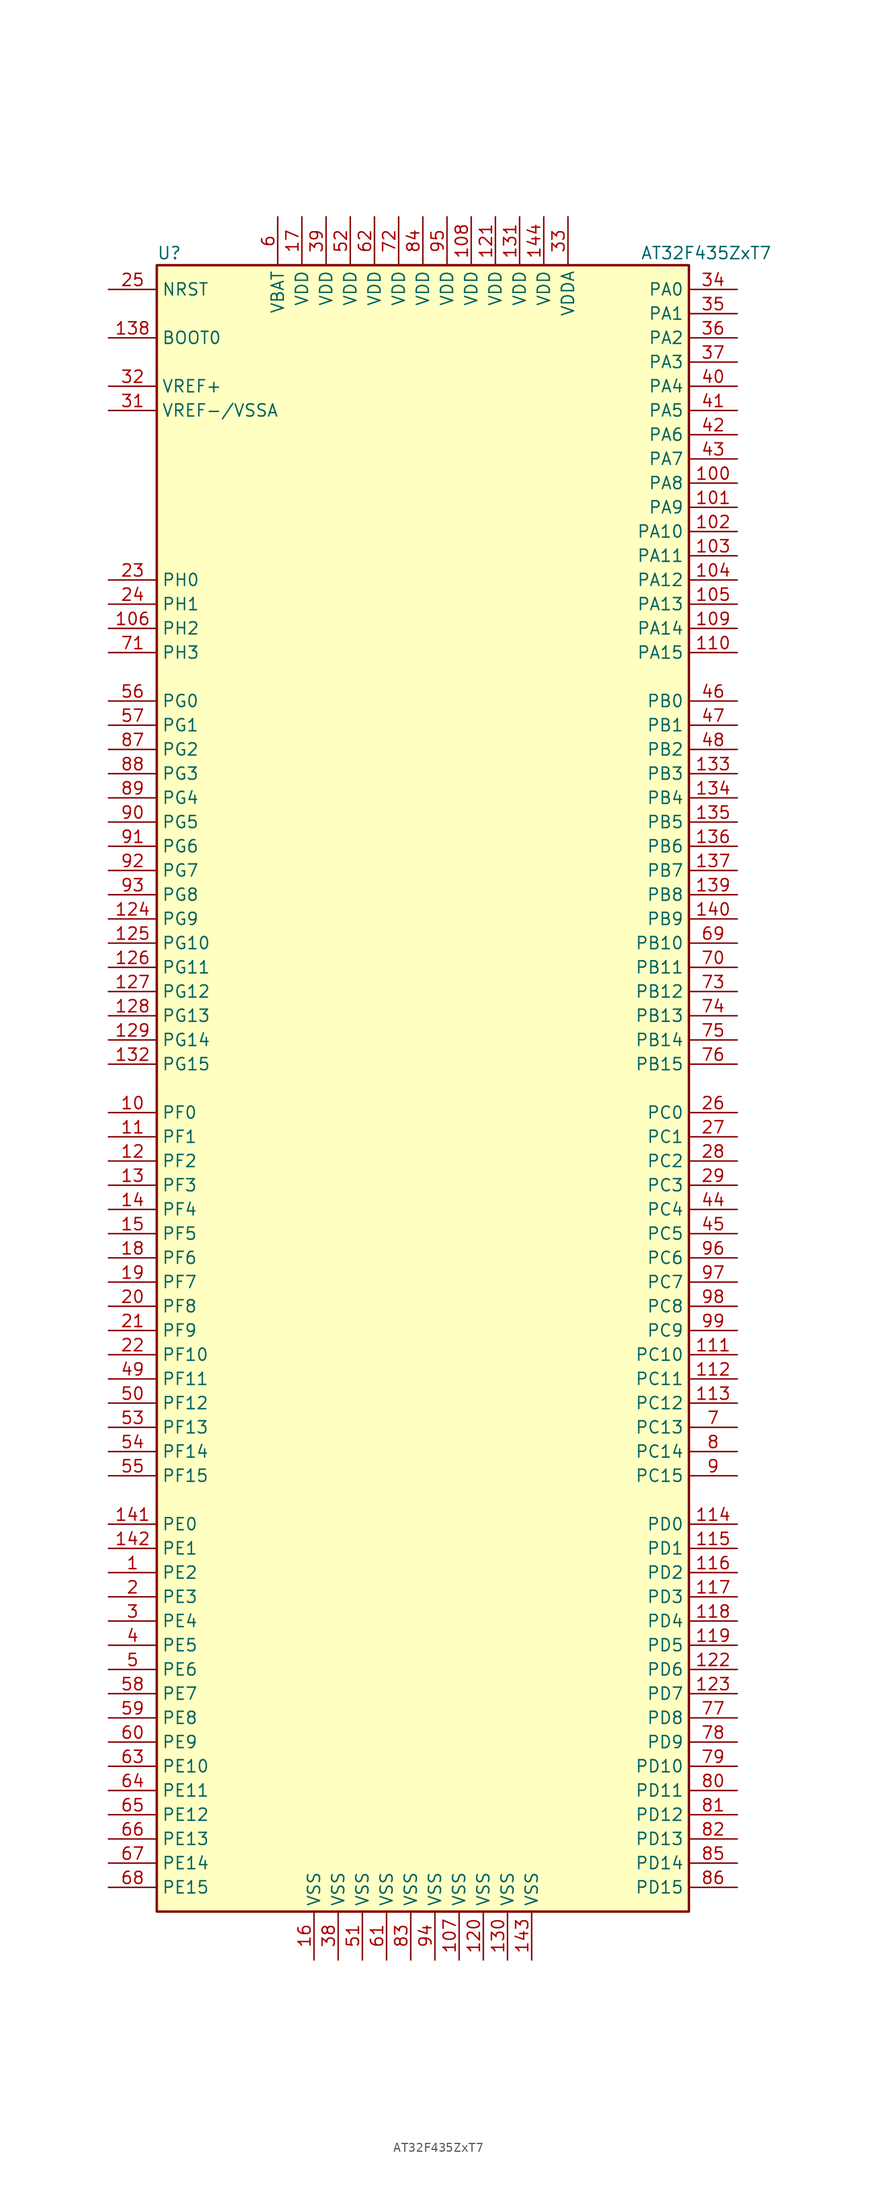
<source format=kicad_sym>
(kicad_symbol_lib
  (version 20220331)
  (generator kicad_symbol_editor)
  (symbol "AT32F435ZxT7"
    (property "Reference" "U"
      (at -27.94 87.63 0)
      (effects (font (size 1.27 1.27)) (justify left)))
    (property "Value" "AT32F435ZxT7"
      (at 22.86 87.63 0)
      (effects (font (size 1.27 1.27)) (justify left)))
    (symbol "AT32F435ZxT7_0_1"
      (rectangle (start -27.94 86.36) (end 27.94 -86.36) (stroke (width 0.254) (type default)) (fill (type background))))
    (symbol "AT32F435ZxT7_1_1"
      (pin bidirectional line (at -33.02 -50.8 0) (length 5.08) (name "PE2" (effects (font (size 1.27 1.27)))) (number "1" (effects (font (size 1.27 1.27)))))
      (pin bidirectional line (at -33.02 -2.54 0) (length 5.08) (name "PF0" (effects (font (size 1.27 1.27)))) (number "10" (effects (font (size 1.27 1.27)))))
      (pin bidirectional line (at 33.02 63.5 180) (length 5.08) (name "PA8" (effects (font (size 1.27 1.27)))) (number "100" (effects (font (size 1.27 1.27)))))
      (pin bidirectional line (at 33.02 60.96 180) (length 5.08) (name "PA9" (effects (font (size 1.27 1.27)))) (number "101" (effects (font (size 1.27 1.27)))))
      (pin bidirectional line (at 33.02 58.42 180) (length 5.08) (name "PA10" (effects (font (size 1.27 1.27)))) (number "102" (effects (font (size 1.27 1.27)))))
      (pin bidirectional line (at 33.02 55.88 180) (length 5.08) (name "PA11" (effects (font (size 1.27 1.27)))) (number "103" (effects (font (size 1.27 1.27)))))
      (pin bidirectional line (at 33.02 53.34 180) (length 5.08) (name "PA12" (effects (font (size 1.27 1.27)))) (number "104" (effects (font (size 1.27 1.27)))))
      (pin bidirectional line (at 33.02 50.8 180) (length 5.08) (name "PA13" (effects (font (size 1.27 1.27)))) (number "105" (effects (font (size 1.27 1.27)))))
      (pin bidirectional line (at -33.02 48.26 0) (length 5.08) (name "PH2" (effects (font (size 1.27 1.27)))) (number "106" (effects (font (size 1.27 1.27)))))
      (pin power_in line (at 3.81 -91.44 90) (length 5.08) (name "VSS" (effects (font (size 1.27 1.27)))) (number "107" (effects (font (size 1.27 1.27)))))
      (pin power_in line (at 5.08 91.44 270) (length 5.08) (name "VDD" (effects (font (size 1.27 1.27)))) (number "108" (effects (font (size 1.27 1.27)))))
      (pin bidirectional line (at 33.02 48.26 180) (length 5.08) (name "PA14" (effects (font (size 1.27 1.27)))) (number "109" (effects (font (size 1.27 1.27)))))
      (pin bidirectional line (at -33.02 -5.08 0) (length 5.08) (name "PF1" (effects (font (size 1.27 1.27)))) (number "11" (effects (font (size 1.27 1.27)))))
      (pin bidirectional line (at 33.02 45.72 180) (length 5.08) (name "PA15" (effects (font (size 1.27 1.27)))) (number "110" (effects (font (size 1.27 1.27)))))
      (pin bidirectional line (at 33.02 -27.94 180) (length 5.08) (name "PC10" (effects (font (size 1.27 1.27)))) (number "111" (effects (font (size 1.27 1.27)))))
      (pin bidirectional line (at 33.02 -30.48 180) (length 5.08) (name "PC11" (effects (font (size 1.27 1.27)))) (number "112" (effects (font (size 1.27 1.27)))))
      (pin bidirectional line (at 33.02 -33.02 180) (length 5.08) (name "PC12" (effects (font (size 1.27 1.27)))) (number "113" (effects (font (size 1.27 1.27)))))
      (pin bidirectional line (at 33.02 -45.72 180) (length 5.08) (name "PD0" (effects (font (size 1.27 1.27)))) (number "114" (effects (font (size 1.27 1.27)))))
      (pin bidirectional line (at 33.02 -48.26 180) (length 5.08) (name "PD1" (effects (font (size 1.27 1.27)))) (number "115" (effects (font (size 1.27 1.27)))))
      (pin bidirectional line (at 33.02 -50.8 180) (length 5.08) (name "PD2" (effects (font (size 1.27 1.27)))) (number "116" (effects (font (size 1.27 1.27)))))
      (pin bidirectional line (at 33.02 -53.34 180) (length 5.08) (name "PD3" (effects (font (size 1.27 1.27)))) (number "117" (effects (font (size 1.27 1.27)))))
      (pin bidirectional line (at 33.02 -55.88 180) (length 5.08) (name "PD4" (effects (font (size 1.27 1.27)))) (number "118" (effects (font (size 1.27 1.27)))))
      (pin bidirectional line (at 33.02 -58.42 180) (length 5.08) (name "PD5" (effects (font (size 1.27 1.27)))) (number "119" (effects (font (size 1.27 1.27)))))
      (pin bidirectional line (at -33.02 -7.62 0) (length 5.08) (name "PF2" (effects (font (size 1.27 1.27)))) (number "12" (effects (font (size 1.27 1.27)))))
      (pin power_in line (at 6.35 -91.44 90) (length 5.08) (name "VSS" (effects (font (size 1.27 1.27)))) (number "120" (effects (font (size 1.27 1.27)))))
      (pin power_in line (at 7.62 91.44 270) (length 5.08) (name "VDD" (effects (font (size 1.27 1.27)))) (number "121" (effects (font (size 1.27 1.27)))))
      (pin bidirectional line (at 33.02 -60.96 180) (length 5.08) (name "PD6" (effects (font (size 1.27 1.27)))) (number "122" (effects (font (size 1.27 1.27)))))
      (pin bidirectional line (at 33.02 -63.5 180) (length 5.08) (name "PD7" (effects (font (size 1.27 1.27)))) (number "123" (effects (font (size 1.27 1.27)))))
      (pin bidirectional line (at -33.02 17.78 0) (length 5.08) (name "PG9" (effects (font (size 1.27 1.27)))) (number "124" (effects (font (size 1.27 1.27)))))
      (pin bidirectional line (at -33.02 15.24 0) (length 5.08) (name "PG10" (effects (font (size 1.27 1.27)))) (number "125" (effects (font (size 1.27 1.27)))))
      (pin bidirectional line (at -33.02 12.7 0) (length 5.08) (name "PG11" (effects (font (size 1.27 1.27)))) (number "126" (effects (font (size 1.27 1.27)))))
      (pin bidirectional line (at -33.02 10.16 0) (length 5.08) (name "PG12" (effects (font (size 1.27 1.27)))) (number "127" (effects (font (size 1.27 1.27)))))
      (pin bidirectional line (at -33.02 7.62 0) (length 5.08) (name "PG13" (effects (font (size 1.27 1.27)))) (number "128" (effects (font (size 1.27 1.27)))))
      (pin bidirectional line (at -33.02 5.08 0) (length 5.08) (name "PG14" (effects (font (size 1.27 1.27)))) (number "129" (effects (font (size 1.27 1.27)))))
      (pin bidirectional line (at -33.02 -10.16 0) (length 5.08) (name "PF3" (effects (font (size 1.27 1.27)))) (number "13" (effects (font (size 1.27 1.27)))))
      (pin power_in line (at 8.89 -91.44 90) (length 5.08) (name "VSS" (effects (font (size 1.27 1.27)))) (number "130" (effects (font (size 1.27 1.27)))))
      (pin power_in line (at 10.16 91.44 270) (length 5.08) (name "VDD" (effects (font (size 1.27 1.27)))) (number "131" (effects (font (size 1.27 1.27)))))
      (pin bidirectional line (at -33.02 2.54 0) (length 5.08) (name "PG15" (effects (font (size 1.27 1.27)))) (number "132" (effects (font (size 1.27 1.27)))))
      (pin bidirectional line (at 33.02 33.02 180) (length 5.08) (name "PB3" (effects (font (size 1.27 1.27)))) (number "133" (effects (font (size 1.27 1.27)))))
      (pin bidirectional line (at 33.02 30.48 180) (length 5.08) (name "PB4" (effects (font (size 1.27 1.27)))) (number "134" (effects (font (size 1.27 1.27)))))
      (pin bidirectional line (at 33.02 27.94 180) (length 5.08) (name "PB5" (effects (font (size 1.27 1.27)))) (number "135" (effects (font (size 1.27 1.27)))))
      (pin bidirectional line (at 33.02 25.4 180) (length 5.08) (name "PB6" (effects (font (size 1.27 1.27)))) (number "136" (effects (font (size 1.27 1.27)))))
      (pin bidirectional line (at 33.02 22.86 180) (length 5.08) (name "PB7" (effects (font (size 1.27 1.27)))) (number "137" (effects (font (size 1.27 1.27)))))
      (pin input line (at -33.02 78.74 0) (length 5.08) (name "BOOT0" (effects (font (size 1.27 1.27)))) (number "138" (effects (font (size 1.27 1.27)))))
      (pin bidirectional line (at 33.02 20.32 180) (length 5.08) (name "PB8" (effects (font (size 1.27 1.27)))) (number "139" (effects (font (size 1.27 1.27)))))
      (pin bidirectional line (at -33.02 -12.7 0) (length 5.08) (name "PF4" (effects (font (size 1.27 1.27)))) (number "14" (effects (font (size 1.27 1.27)))))
      (pin bidirectional line (at 33.02 17.78 180) (length 5.08) (name "PB9" (effects (font (size 1.27 1.27)))) (number "140" (effects (font (size 1.27 1.27)))))
      (pin bidirectional line (at -33.02 -45.72 0) (length 5.08) (name "PE0" (effects (font (size 1.27 1.27)))) (number "141" (effects (font (size 1.27 1.27)))))
      (pin bidirectional line (at -33.02 -48.26 0) (length 5.08) (name "PE1" (effects (font (size 1.27 1.27)))) (number "142" (effects (font (size 1.27 1.27)))))
      (pin power_in line (at 11.43 -91.44 90) (length 5.08) (name "VSS" (effects (font (size 1.27 1.27)))) (number "143" (effects (font (size 1.27 1.27)))))
      (pin power_in line (at 12.7 91.44 270) (length 5.08) (name "VDD" (effects (font (size 1.27 1.27)))) (number "144" (effects (font (size 1.27 1.27)))))
      (pin bidirectional line (at -33.02 -15.24 0) (length 5.08) (name "PF5" (effects (font (size 1.27 1.27)))) (number "15" (effects (font (size 1.27 1.27)))))
      (pin power_in line (at -11.43 -91.44 90) (length 5.08) (name "VSS" (effects (font (size 1.27 1.27)))) (number "16" (effects (font (size 1.27 1.27)))))
      (pin power_in line (at -12.7 91.44 270) (length 5.08) (name "VDD" (effects (font (size 1.27 1.27)))) (number "17" (effects (font (size 1.27 1.27)))))
      (pin bidirectional line (at -33.02 -17.78 0) (length 5.08) (name "PF6" (effects (font (size 1.27 1.27)))) (number "18" (effects (font (size 1.27 1.27)))))
      (pin bidirectional line (at -33.02 -20.32 0) (length 5.08) (name "PF7" (effects (font (size 1.27 1.27)))) (number "19" (effects (font (size 1.27 1.27)))))
      (pin bidirectional line (at -33.02 -53.34 0) (length 5.08) (name "PE3" (effects (font (size 1.27 1.27)))) (number "2" (effects (font (size 1.27 1.27)))))
      (pin bidirectional line (at -33.02 -22.86 0) (length 5.08) (name "PF8" (effects (font (size 1.27 1.27)))) (number "20" (effects (font (size 1.27 1.27)))))
      (pin bidirectional line (at -33.02 -25.4 0) (length 5.08) (name "PF9" (effects (font (size 1.27 1.27)))) (number "21" (effects (font (size 1.27 1.27)))))
      (pin bidirectional line (at -33.02 -27.94 0) (length 5.08) (name "PF10" (effects (font (size 1.27 1.27)))) (number "22" (effects (font (size 1.27 1.27)))))
      (pin input line (at -33.02 53.34 0) (length 5.08) (name "PH0" (effects (font (size 1.27 1.27)))) (number "23" (effects (font (size 1.27 1.27)))))
      (pin input line (at -33.02 50.8 0) (length 5.08) (name "PH1" (effects (font (size 1.27 1.27)))) (number "24" (effects (font (size 1.27 1.27)))))
      (pin input line (at -33.02 83.82 0) (length 5.08) (name "NRST" (effects (font (size 1.27 1.27)))) (number "25" (effects (font (size 1.27 1.27)))))
      (pin bidirectional line (at 33.02 -2.54 180) (length 5.08) (name "PC0" (effects (font (size 1.27 1.27)))) (number "26" (effects (font (size 1.27 1.27)))))
      (pin bidirectional line (at 33.02 -5.08 180) (length 5.08) (name "PC1" (effects (font (size 1.27 1.27)))) (number "27" (effects (font (size 1.27 1.27)))))
      (pin bidirectional line (at 33.02 -7.62 180) (length 5.08) (name "PC2" (effects (font (size 1.27 1.27)))) (number "28" (effects (font (size 1.27 1.27)))))
      (pin bidirectional line (at 33.02 -10.16 180) (length 5.08) (name "PC3" (effects (font (size 1.27 1.27)))) (number "29" (effects (font (size 1.27 1.27)))))
      (pin bidirectional line (at -33.02 -55.88 0) (length 5.08) (name "PE4" (effects (font (size 1.27 1.27)))) (number "3" (effects (font (size 1.27 1.27)))))
      (pin no_connect line (at -33.02 63.5 0) (length 5.08) hide (name "NC" (effects (font (size 1.27 1.27)))) (number "30" (effects (font (size 1.27 1.27)))))
      (pin power_in line (at -33.02 71.12 0) (length 5.08) (name "VREF-/VSSA" (effects (font (size 1.27 1.27)))) (number "31" (effects (font (size 1.27 1.27)))))
      (pin power_in line (at -33.02 73.66 0) (length 5.08) (name "VREF+" (effects (font (size 1.27 1.27)))) (number "32" (effects (font (size 1.27 1.27)))))
      (pin power_in line (at 15.24 91.44 270) (length 5.08) (name "VDDA" (effects (font (size 1.27 1.27)))) (number "33" (effects (font (size 1.27 1.27)))))
      (pin bidirectional line (at 33.02 83.82 180) (length 5.08) (name "PA0" (effects (font (size 1.27 1.27)))) (number "34" (effects (font (size 1.27 1.27)))))
      (pin bidirectional line (at 33.02 81.28 180) (length 5.08) (name "PA1" (effects (font (size 1.27 1.27)))) (number "35" (effects (font (size 1.27 1.27)))))
      (pin bidirectional line (at 33.02 78.74 180) (length 5.08) (name "PA2" (effects (font (size 1.27 1.27)))) (number "36" (effects (font (size 1.27 1.27)))))
      (pin bidirectional line (at 33.02 76.2 180) (length 5.08) (name "PA3" (effects (font (size 1.27 1.27)))) (number "37" (effects (font (size 1.27 1.27)))))
      (pin power_in line (at -8.89 -91.44 90) (length 5.08) (name "VSS" (effects (font (size 1.27 1.27)))) (number "38" (effects (font (size 1.27 1.27)))))
      (pin power_in line (at -10.16 91.44 270) (length 5.08) (name "VDD" (effects (font (size 1.27 1.27)))) (number "39" (effects (font (size 1.27 1.27)))))
      (pin bidirectional line (at -33.02 -58.42 0) (length 5.08) (name "PE5" (effects (font (size 1.27 1.27)))) (number "4" (effects (font (size 1.27 1.27)))))
      (pin bidirectional line (at 33.02 73.66 180) (length 5.08) (name "PA4" (effects (font (size 1.27 1.27)))) (number "40" (effects (font (size 1.27 1.27)))))
      (pin bidirectional line (at 33.02 71.12 180) (length 5.08) (name "PA5" (effects (font (size 1.27 1.27)))) (number "41" (effects (font (size 1.27 1.27)))))
      (pin bidirectional line (at 33.02 68.58 180) (length 5.08) (name "PA6" (effects (font (size 1.27 1.27)))) (number "42" (effects (font (size 1.27 1.27)))))
      (pin bidirectional line (at 33.02 66.04 180) (length 5.08) (name "PA7" (effects (font (size 1.27 1.27)))) (number "43" (effects (font (size 1.27 1.27)))))
      (pin bidirectional line (at 33.02 -12.7 180) (length 5.08) (name "PC4" (effects (font (size 1.27 1.27)))) (number "44" (effects (font (size 1.27 1.27)))))
      (pin bidirectional line (at 33.02 -15.24 180) (length 5.08) (name "PC5" (effects (font (size 1.27 1.27)))) (number "45" (effects (font (size 1.27 1.27)))))
      (pin bidirectional line (at 33.02 40.64 180) (length 5.08) (name "PB0" (effects (font (size 1.27 1.27)))) (number "46" (effects (font (size 1.27 1.27)))))
      (pin bidirectional line (at 33.02 38.1 180) (length 5.08) (name "PB1" (effects (font (size 1.27 1.27)))) (number "47" (effects (font (size 1.27 1.27)))))
      (pin bidirectional line (at 33.02 35.56 180) (length 5.08) (name "PB2" (effects (font (size 1.27 1.27)))) (number "48" (effects (font (size 1.27 1.27)))))
      (pin bidirectional line (at -33.02 -30.48 0) (length 5.08) (name "PF11" (effects (font (size 1.27 1.27)))) (number "49" (effects (font (size 1.27 1.27)))))
      (pin bidirectional line (at -33.02 -60.96 0) (length 5.08) (name "PE6" (effects (font (size 1.27 1.27)))) (number "5" (effects (font (size 1.27 1.27)))))
      (pin bidirectional line (at -33.02 -33.02 0) (length 5.08) (name "PF12" (effects (font (size 1.27 1.27)))) (number "50" (effects (font (size 1.27 1.27)))))
      (pin power_in line (at -6.35 -91.44 90) (length 5.08) (name "VSS" (effects (font (size 1.27 1.27)))) (number "51" (effects (font (size 1.27 1.27)))))
      (pin power_in line (at -7.62 91.44 270) (length 5.08) (name "VDD" (effects (font (size 1.27 1.27)))) (number "52" (effects (font (size 1.27 1.27)))))
      (pin bidirectional line (at -33.02 -35.56 0) (length 5.08) (name "PF13" (effects (font (size 1.27 1.27)))) (number "53" (effects (font (size 1.27 1.27)))))
      (pin bidirectional line (at -33.02 -38.1 0) (length 5.08) (name "PF14" (effects (font (size 1.27 1.27)))) (number "54" (effects (font (size 1.27 1.27)))))
      (pin bidirectional line (at -33.02 -40.64 0) (length 5.08) (name "PF15" (effects (font (size 1.27 1.27)))) (number "55" (effects (font (size 1.27 1.27)))))
      (pin bidirectional line (at -33.02 40.64 0) (length 5.08) (name "PG0" (effects (font (size 1.27 1.27)))) (number "56" (effects (font (size 1.27 1.27)))))
      (pin bidirectional line (at -33.02 38.1 0) (length 5.08) (name "PG1" (effects (font (size 1.27 1.27)))) (number "57" (effects (font (size 1.27 1.27)))))
      (pin bidirectional line (at -33.02 -63.5 0) (length 5.08) (name "PE7" (effects (font (size 1.27 1.27)))) (number "58" (effects (font (size 1.27 1.27)))))
      (pin bidirectional line (at -33.02 -66.04 0) (length 5.08) (name "PE8" (effects (font (size 1.27 1.27)))) (number "59" (effects (font (size 1.27 1.27)))))
      (pin power_in line (at -15.24 91.44 270) (length 5.08) (name "VBAT" (effects (font (size 1.27 1.27)))) (number "6" (effects (font (size 1.27 1.27)))))
      (pin bidirectional line (at -33.02 -68.58 0) (length 5.08) (name "PE9" (effects (font (size 1.27 1.27)))) (number "60" (effects (font (size 1.27 1.27)))))
      (pin power_in line (at -3.81 -91.44 90) (length 5.08) (name "VSS" (effects (font (size 1.27 1.27)))) (number "61" (effects (font (size 1.27 1.27)))))
      (pin power_in line (at -5.08 91.44 270) (length 5.08) (name "VDD" (effects (font (size 1.27 1.27)))) (number "62" (effects (font (size 1.27 1.27)))))
      (pin bidirectional line (at -33.02 -71.12 0) (length 5.08) (name "PE10" (effects (font (size 1.27 1.27)))) (number "63" (effects (font (size 1.27 1.27)))))
      (pin bidirectional line (at -33.02 -73.66 0) (length 5.08) (name "PE11" (effects (font (size 1.27 1.27)))) (number "64" (effects (font (size 1.27 1.27)))))
      (pin bidirectional line (at -33.02 -76.2 0) (length 5.08) (name "PE12" (effects (font (size 1.27 1.27)))) (number "65" (effects (font (size 1.27 1.27)))))
      (pin bidirectional line (at -33.02 -78.74 0) (length 5.08) (name "PE13" (effects (font (size 1.27 1.27)))) (number "66" (effects (font (size 1.27 1.27)))))
      (pin bidirectional line (at -33.02 -81.28 0) (length 5.08) (name "PE14" (effects (font (size 1.27 1.27)))) (number "67" (effects (font (size 1.27 1.27)))))
      (pin bidirectional line (at -33.02 -83.82 0) (length 5.08) (name "PE15" (effects (font (size 1.27 1.27)))) (number "68" (effects (font (size 1.27 1.27)))))
      (pin bidirectional line (at 33.02 15.24 180) (length 5.08) (name "PB10" (effects (font (size 1.27 1.27)))) (number "69" (effects (font (size 1.27 1.27)))))
      (pin bidirectional line (at 33.02 -35.56 180) (length 5.08) (name "PC13" (effects (font (size 1.27 1.27)))) (number "7" (effects (font (size 1.27 1.27)))))
      (pin bidirectional line (at 33.02 12.7 180) (length 5.08) (name "PB11" (effects (font (size 1.27 1.27)))) (number "70" (effects (font (size 1.27 1.27)))))
      (pin bidirectional line (at -33.02 45.72 0) (length 5.08) (name "PH3" (effects (font (size 1.27 1.27)))) (number "71" (effects (font (size 1.27 1.27)))))
      (pin power_in line (at -2.54 91.44 270) (length 5.08) (name "VDD" (effects (font (size 1.27 1.27)))) (number "72" (effects (font (size 1.27 1.27)))))
      (pin bidirectional line (at 33.02 10.16 180) (length 5.08) (name "PB12" (effects (font (size 1.27 1.27)))) (number "73" (effects (font (size 1.27 1.27)))))
      (pin bidirectional line (at 33.02 7.62 180) (length 5.08) (name "PB13" (effects (font (size 1.27 1.27)))) (number "74" (effects (font (size 1.27 1.27)))))
      (pin bidirectional line (at 33.02 5.08 180) (length 5.08) (name "PB14" (effects (font (size 1.27 1.27)))) (number "75" (effects (font (size 1.27 1.27)))))
      (pin bidirectional line (at 33.02 2.54 180) (length 5.08) (name "PB15" (effects (font (size 1.27 1.27)))) (number "76" (effects (font (size 1.27 1.27)))))
      (pin bidirectional line (at 33.02 -66.04 180) (length 5.08) (name "PD8" (effects (font (size 1.27 1.27)))) (number "77" (effects (font (size 1.27 1.27)))))
      (pin bidirectional line (at 33.02 -68.58 180) (length 5.08) (name "PD9" (effects (font (size 1.27 1.27)))) (number "78" (effects (font (size 1.27 1.27)))))
      (pin bidirectional line (at 33.02 -71.12 180) (length 5.08) (name "PD10" (effects (font (size 1.27 1.27)))) (number "79" (effects (font (size 1.27 1.27)))))
      (pin bidirectional line (at 33.02 -38.1 180) (length 5.08) (name "PC14" (effects (font (size 1.27 1.27)))) (number "8" (effects (font (size 1.27 1.27)))))
      (pin bidirectional line (at 33.02 -73.66 180) (length 5.08) (name "PD11" (effects (font (size 1.27 1.27)))) (number "80" (effects (font (size 1.27 1.27)))))
      (pin bidirectional line (at 33.02 -76.2 180) (length 5.08) (name "PD12" (effects (font (size 1.27 1.27)))) (number "81" (effects (font (size 1.27 1.27)))))
      (pin bidirectional line (at 33.02 -78.74 180) (length 5.08) (name "PD13" (effects (font (size 1.27 1.27)))) (number "82" (effects (font (size 1.27 1.27)))))
      (pin power_in line (at -1.27 -91.44 90) (length 5.08) (name "VSS" (effects (font (size 1.27 1.27)))) (number "83" (effects (font (size 1.27 1.27)))))
      (pin power_in line (at 0 91.44 270) (length 5.08) (name "VDD" (effects (font (size 1.27 1.27)))) (number "84" (effects (font (size 1.27 1.27)))))
      (pin bidirectional line (at 33.02 -81.28 180) (length 5.08) (name "PD14" (effects (font (size 1.27 1.27)))) (number "85" (effects (font (size 1.27 1.27)))))
      (pin bidirectional line (at 33.02 -83.82 180) (length 5.08) (name "PD15" (effects (font (size 1.27 1.27)))) (number "86" (effects (font (size 1.27 1.27)))))
      (pin bidirectional line (at -33.02 35.56 0) (length 5.08) (name "PG2" (effects (font (size 1.27 1.27)))) (number "87" (effects (font (size 1.27 1.27)))))
      (pin bidirectional line (at -33.02 33.02 0) (length 5.08) (name "PG3" (effects (font (size 1.27 1.27)))) (number "88" (effects (font (size 1.27 1.27)))))
      (pin bidirectional line (at -33.02 30.48 0) (length 5.08) (name "PG4" (effects (font (size 1.27 1.27)))) (number "89" (effects (font (size 1.27 1.27)))))
      (pin bidirectional line (at 33.02 -40.64 180) (length 5.08) (name "PC15" (effects (font (size 1.27 1.27)))) (number "9" (effects (font (size 1.27 1.27)))))
      (pin bidirectional line (at -33.02 27.94 0) (length 5.08) (name "PG5" (effects (font (size 1.27 1.27)))) (number "90" (effects (font (size 1.27 1.27)))))
      (pin bidirectional line (at -33.02 25.4 0) (length 5.08) (name "PG6" (effects (font (size 1.27 1.27)))) (number "91" (effects (font (size 1.27 1.27)))))
      (pin bidirectional line (at -33.02 22.86 0) (length 5.08) (name "PG7" (effects (font (size 1.27 1.27)))) (number "92" (effects (font (size 1.27 1.27)))))
      (pin bidirectional line (at -33.02 20.32 0) (length 5.08) (name "PG8" (effects (font (size 1.27 1.27)))) (number "93" (effects (font (size 1.27 1.27)))))
      (pin power_in line (at 1.27 -91.44 90) (length 5.08) (name "VSS" (effects (font (size 1.27 1.27)))) (number "94" (effects (font (size 1.27 1.27)))))
      (pin power_in line (at 2.54 91.44 270) (length 5.08) (name "VDD" (effects (font (size 1.27 1.27)))) (number "95" (effects (font (size 1.27 1.27)))))
      (pin bidirectional line (at 33.02 -17.78 180) (length 5.08) (name "PC6" (effects (font (size 1.27 1.27)))) (number "96" (effects (font (size 1.27 1.27)))))
      (pin bidirectional line (at 33.02 -20.32 180) (length 5.08) (name "PC7" (effects (font (size 1.27 1.27)))) (number "97" (effects (font (size 1.27 1.27)))))
      (pin bidirectional line (at 33.02 -22.86 180) (length 5.08) (name "PC8" (effects (font (size 1.27 1.27)))) (number "98" (effects (font (size 1.27 1.27)))))
      (pin bidirectional line (at 33.02 -25.4 180) (length 5.08) (name "PC9" (effects (font (size 1.27 1.27)))) (number "99" (effects (font (size 1.27 1.27))))))))
</source>
